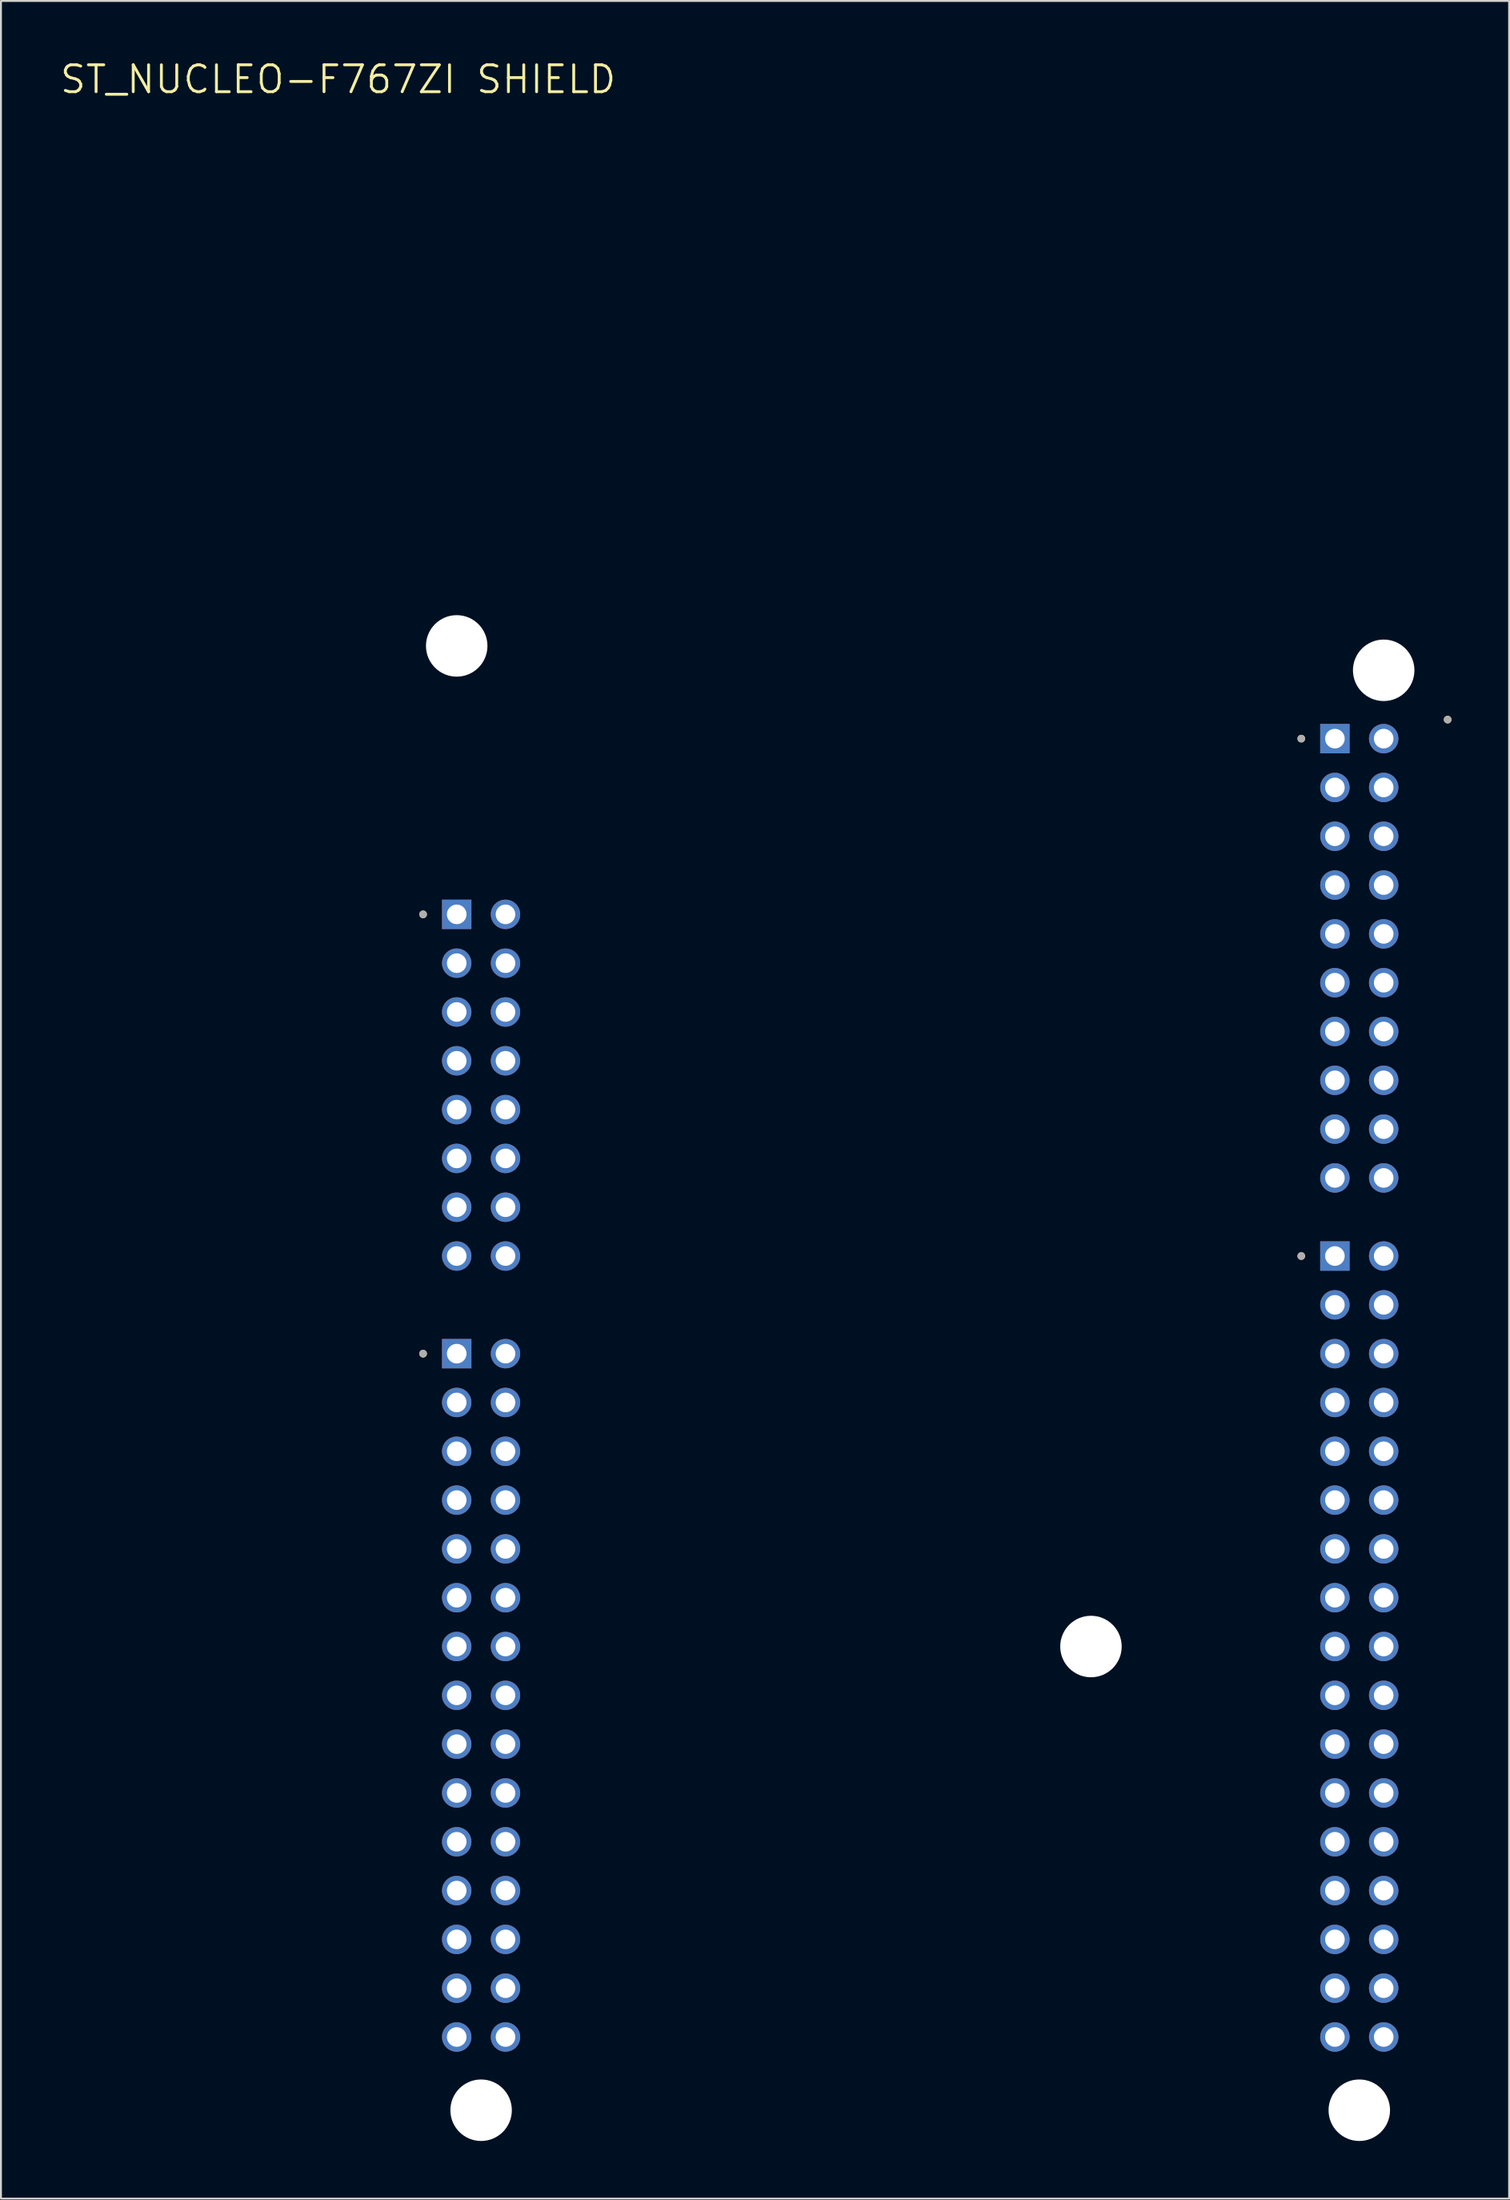
<source format=kicad_pcb>
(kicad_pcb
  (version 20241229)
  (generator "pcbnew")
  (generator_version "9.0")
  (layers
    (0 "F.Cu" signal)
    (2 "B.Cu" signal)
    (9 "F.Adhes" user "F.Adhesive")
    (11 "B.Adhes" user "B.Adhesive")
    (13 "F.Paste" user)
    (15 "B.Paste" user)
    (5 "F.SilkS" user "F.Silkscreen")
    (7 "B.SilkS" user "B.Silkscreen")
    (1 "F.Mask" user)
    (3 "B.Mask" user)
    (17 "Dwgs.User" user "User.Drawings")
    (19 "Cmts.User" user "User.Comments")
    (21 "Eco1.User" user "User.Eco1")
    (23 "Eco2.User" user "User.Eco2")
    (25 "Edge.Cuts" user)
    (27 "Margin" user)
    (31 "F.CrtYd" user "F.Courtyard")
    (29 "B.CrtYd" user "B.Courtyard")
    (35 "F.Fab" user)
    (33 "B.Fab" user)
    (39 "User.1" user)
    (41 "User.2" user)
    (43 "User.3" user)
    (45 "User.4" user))
  (footprint "ST_NUCLEO-F767ZI SHIELD"
    (layer "F.Cu")
    (at 44.857 69.301)
    (property "Reference" "ST_NUCLEO-F767ZI SHIELD" (at -30.305 -68.219 0) (layer "F.SilkS") (effects (font (size 1.4 1.4) (thickness 0.15))))
    (attr through_hole)
    (fp_circle (center -25.88 -24.77) (end -25.78 -24.77) (stroke (width 0.2) (type solid)) (fill no) (layer "F.SilkS"))
    (fp_circle (center -25.88 -1.91) (end -25.78 -1.91) (stroke (width 0.2) (type solid)) (fill no) (layer "F.SilkS"))
    (fp_circle (center 19.84 -33.914) (end 19.94 -33.914) (stroke (width 0.2) (type solid)) (fill no) (layer "F.SilkS"))
    (fp_circle (center 19.84 -6.99) (end 19.94 -6.99) (stroke (width 0.2) (type solid)) (fill no) (layer "F.SilkS"))
    (fp_circle (center 27.46 -34.905) (end 27.56 -34.905) (stroke (width 0.2) (type solid)) (fill no) (layer "F.SilkS"))
    (fp_circle (center -25.88 -24.77) (end -25.78 -24.77) (stroke (width 0.2) (type solid)) (fill no) (layer "F.Fab"))
    (fp_circle (center -25.88 -1.91) (end -25.78 -1.91) (stroke (width 0.2) (type solid)) (fill no) (layer "F.Fab"))
    (fp_circle (center 19.84 -33.914) (end 19.94 -33.914) (stroke (width 0.2) (type solid)) (fill no) (layer "F.Fab"))
    (fp_circle (center 19.84 -6.99) (end 19.94 -6.99) (stroke (width 0.2) (type solid)) (fill no) (layer "F.Fab"))
    (fp_circle (center 27.46 -34.905) (end 27.56 -34.905) (stroke (width 0.2) (type solid)) (fill no) (layer "F.Fab"))
    (pad "" np_thru_hole circle (at -24.13 -38.74) (size 3.2 3.2) (drill 3.2) (layers "*.Cu" "*.Mask"))
    (pad "" np_thru_hole circle (at -22.86 37.46) (size 3.2 3.2) (drill 3.2) (layers "*.Cu" "*.Mask"))
    (pad "" np_thru_hole circle (at 8.89 13.33) (size 3.2 3.2) (drill 3.2) (layers "*.Cu" "*.Mask"))
    (pad "" np_thru_hole circle (at 22.86 37.46) (size 3.2 3.2) (drill 3.2) (layers "*.Cu" "*.Mask"))
    (pad "" np_thru_hole circle (at 24.13 -37.47) (size 3.2 3.2) (drill 3.2) (layers "*.Cu" "*.Mask"))
    (pad "CN7_1" thru_hole rect (at 21.59 -33.914) (size 1.53 1.53) (drill 1.02) (layers "*.Cu" "*.Mask"))
    (pad "CN7_2" thru_hole circle (at 24.13 -33.914) (size 1.53 1.53) (drill 1.02) (layers "*.Cu" "*.Mask"))
    (pad "CN7_3" thru_hole circle (at 21.59 -31.374) (size 1.53 1.53) (drill 1.02) (layers "*.Cu" "*.Mask"))
    (pad "CN7_4" thru_hole circle (at 24.13 -31.374) (size 1.53 1.53) (drill 1.02) (layers "*.Cu" "*.Mask"))
    (pad "CN7_5" thru_hole circle (at 21.59 -28.834) (size 1.53 1.53) (drill 1.02) (layers "*.Cu" "*.Mask"))
    (pad "CN7_6" thru_hole circle (at 24.13 -28.834) (size 1.53 1.53) (drill 1.02) (layers "*.Cu" "*.Mask"))
    (pad "CN7_7" thru_hole circle (at 21.59 -26.294) (size 1.53 1.53) (drill 1.02) (layers "*.Cu" "*.Mask"))
    (pad "CN7_8" thru_hole circle (at 24.13 -26.294) (size 1.53 1.53) (drill 1.02) (layers "*.Cu" "*.Mask"))
    (pad "CN7_9" thru_hole circle (at 21.59 -23.754) (size 1.53 1.53) (drill 1.02) (layers "*.Cu" "*.Mask"))
    (pad "CN7_10" thru_hole circle (at 24.13 -23.754) (size 1.53 1.53) (drill 1.02) (layers "*.Cu" "*.Mask"))
    (pad "CN7_11" thru_hole circle (at 21.59 -21.214) (size 1.53 1.53) (drill 1.02) (layers "*.Cu" "*.Mask"))
    (pad "CN7_12" thru_hole circle (at 24.13 -21.214) (size 1.53 1.53) (drill 1.02) (layers "*.Cu" "*.Mask"))
    (pad "CN7_13" thru_hole circle (at 21.59 -18.674) (size 1.53 1.53) (drill 1.02) (layers "*.Cu" "*.Mask"))
    (pad "CN7_14" thru_hole circle (at 24.13 -18.674) (size 1.53 1.53) (drill 1.02) (layers "*.Cu" "*.Mask"))
    (pad "CN7_15" thru_hole circle (at 21.59 -16.134) (size 1.53 1.53) (drill 1.02) (layers "*.Cu" "*.Mask"))
    (pad "CN7_16" thru_hole circle (at 24.13 -16.134) (size 1.53 1.53) (drill 1.02) (layers "*.Cu" "*.Mask"))
    (pad "CN7_17" thru_hole circle (at 21.59 -13.594) (size 1.53 1.53) (drill 1.02) (layers "*.Cu" "*.Mask"))
    (pad "CN7_18" thru_hole circle (at 24.13 -13.594) (size 1.53 1.53) (drill 1.02) (layers "*.Cu" "*.Mask"))
    (pad "CN7_19" thru_hole circle (at 21.59 -11.054) (size 1.53 1.53) (drill 1.02) (layers "*.Cu" "*.Mask"))
    (pad "CN7_20" thru_hole circle (at 24.13 -11.054) (size 1.53 1.53) (drill 1.02) (layers "*.Cu" "*.Mask"))
    (pad "CN8_1" thru_hole rect (at -24.13 -24.77) (size 1.53 1.53) (drill 1.02) (layers "*.Cu" "*.Mask"))
    (pad "CN8_2" thru_hole circle (at -21.59 -24.77) (size 1.53 1.53) (drill 1.02) (layers "*.Cu" "*.Mask"))
    (pad "CN8_3" thru_hole circle (at -24.13 -22.23) (size 1.53 1.53) (drill 1.02) (layers "*.Cu" "*.Mask"))
    (pad "CN8_4" thru_hole circle (at -21.59 -22.23) (size 1.53 1.53) (drill 1.02) (layers "*.Cu" "*.Mask"))
    (pad "CN8_5" thru_hole circle (at -24.13 -19.69) (size 1.53 1.53) (drill 1.02) (layers "*.Cu" "*.Mask"))
    (pad "CN8_6" thru_hole circle (at -21.59 -19.69) (size 1.53 1.53) (drill 1.02) (layers "*.Cu" "*.Mask"))
    (pad "CN8_7" thru_hole circle (at -24.13 -17.15) (size 1.53 1.53) (drill 1.02) (layers "*.Cu" "*.Mask"))
    (pad "CN8_8" thru_hole circle (at -21.59 -17.15) (size 1.53 1.53) (drill 1.02) (layers "*.Cu" "*.Mask"))
    (pad "CN8_9" thru_hole circle (at -24.13 -14.61) (size 1.53 1.53) (drill 1.02) (layers "*.Cu" "*.Mask"))
    (pad "CN8_10" thru_hole circle (at -21.59 -14.61) (size 1.53 1.53) (drill 1.02) (layers "*.Cu" "*.Mask"))
    (pad "CN8_11" thru_hole circle (at -24.13 -12.07) (size 1.53 1.53) (drill 1.02) (layers "*.Cu" "*.Mask"))
    (pad "CN8_12" thru_hole circle (at -21.59 -12.07) (size 1.53 1.53) (drill 1.02) (layers "*.Cu" "*.Mask"))
    (pad "CN8_13" thru_hole circle (at -24.13 -9.53) (size 1.53 1.53) (drill 1.02) (layers "*.Cu" "*.Mask"))
    (pad "CN8_14" thru_hole circle (at -21.59 -9.53) (size 1.53 1.53) (drill 1.02) (layers "*.Cu" "*.Mask"))
    (pad "CN8_15" thru_hole circle (at -24.13 -6.99) (size 1.53 1.53) (drill 1.02) (layers "*.Cu" "*.Mask"))
    (pad "CN8_16" thru_hole circle (at -21.59 -6.99) (size 1.53 1.53) (drill 1.02) (layers "*.Cu" "*.Mask"))
    (pad "CN9_1" thru_hole rect (at -24.13 -1.91) (size 1.53 1.53) (drill 1.02) (layers "*.Cu" "*.Mask"))
    (pad "CN9_2" thru_hole circle (at -21.59 -1.91) (size 1.53 1.53) (drill 1.02) (layers "*.Cu" "*.Mask"))
    (pad "CN9_3" thru_hole circle (at -24.13 0.63) (size 1.53 1.53) (drill 1.02) (layers "*.Cu" "*.Mask"))
    (pad "CN9_4" thru_hole circle (at -21.59 0.63) (size 1.53 1.53) (drill 1.02) (layers "*.Cu" "*.Mask"))
    (pad "CN9_5" thru_hole circle (at -24.13 3.17) (size 1.53 1.53) (drill 1.02) (layers "*.Cu" "*.Mask"))
    (pad "CN9_6" thru_hole circle (at -21.59 3.17) (size 1.53 1.53) (drill 1.02) (layers "*.Cu" "*.Mask"))
    (pad "CN9_7" thru_hole circle (at -24.13 5.71) (size 1.53 1.53) (drill 1.02) (layers "*.Cu" "*.Mask"))
    (pad "CN9_8" thru_hole circle (at -21.59 5.71) (size 1.53 1.53) (drill 1.02) (layers "*.Cu" "*.Mask"))
    (pad "CN9_9" thru_hole circle (at -24.13 8.25) (size 1.53 1.53) (drill 1.02) (layers "*.Cu" "*.Mask"))
    (pad "CN9_10" thru_hole circle (at -21.59 8.25) (size 1.53 1.53) (drill 1.02) (layers "*.Cu" "*.Mask"))
    (pad "CN9_11" thru_hole circle (at -24.13 10.79) (size 1.53 1.53) (drill 1.02) (layers "*.Cu" "*.Mask"))
    (pad "CN9_12" thru_hole circle (at -21.59 10.79) (size 1.53 1.53) (drill 1.02) (layers "*.Cu" "*.Mask"))
    (pad "CN9_13" thru_hole circle (at -24.13 13.33) (size 1.53 1.53) (drill 1.02) (layers "*.Cu" "*.Mask"))
    (pad "CN9_14" thru_hole circle (at -21.59 13.33) (size 1.53 1.53) (drill 1.02) (layers "*.Cu" "*.Mask"))
    (pad "CN9_15" thru_hole circle (at -24.13 15.87) (size 1.53 1.53) (drill 1.02) (layers "*.Cu" "*.Mask"))
    (pad "CN9_16" thru_hole circle (at -21.59 15.87) (size 1.53 1.53) (drill 1.02) (layers "*.Cu" "*.Mask"))
    (pad "CN9_17" thru_hole circle (at -24.13 18.41) (size 1.53 1.53) (drill 1.02) (layers "*.Cu" "*.Mask"))
    (pad "CN9_18" thru_hole circle (at -21.59 18.41) (size 1.53 1.53) (drill 1.02) (layers "*.Cu" "*.Mask"))
    (pad "CN9_19" thru_hole circle (at -24.13 20.95) (size 1.53 1.53) (drill 1.02) (layers "*.Cu" "*.Mask"))
    (pad "CN9_20" thru_hole circle (at -21.59 20.95) (size 1.53 1.53) (drill 1.02) (layers "*.Cu" "*.Mask"))
    (pad "CN9_21" thru_hole circle (at -24.13 23.49) (size 1.53 1.53) (drill 1.02) (layers "*.Cu" "*.Mask"))
    (pad "CN9_22" thru_hole circle (at -21.59 23.49) (size 1.53 1.53) (drill 1.02) (layers "*.Cu" "*.Mask"))
    (pad "CN9_23" thru_hole circle (at -24.13 26.03) (size 1.53 1.53) (drill 1.02) (layers "*.Cu" "*.Mask"))
    (pad "CN9_24" thru_hole circle (at -21.59 26.03) (size 1.53 1.53) (drill 1.02) (layers "*.Cu" "*.Mask"))
    (pad "CN9_25" thru_hole circle (at -24.13 28.57) (size 1.53 1.53) (drill 1.02) (layers "*.Cu" "*.Mask"))
    (pad "CN9_26" thru_hole circle (at -21.59 28.57) (size 1.53 1.53) (drill 1.02) (layers "*.Cu" "*.Mask"))
    (pad "CN9_27" thru_hole circle (at -24.13 31.11) (size 1.53 1.53) (drill 1.02) (layers "*.Cu" "*.Mask"))
    (pad "CN9_28" thru_hole circle (at -21.59 31.11) (size 1.53 1.53) (drill 1.02) (layers "*.Cu" "*.Mask"))
    (pad "CN9_29" thru_hole circle (at -24.13 33.65) (size 1.53 1.53) (drill 1.02) (layers "*.Cu" "*.Mask"))
    (pad "CN9_30" thru_hole circle (at -21.59 33.65) (size 1.53 1.53) (drill 1.02) (layers "*.Cu" "*.Mask"))
    (pad "CN10_1" thru_hole rect (at 21.59 -6.99) (size 1.53 1.53) (drill 1.02) (layers "*.Cu" "*.Mask"))
    (pad "CN10_2" thru_hole circle (at 24.13 -6.99) (size 1.53 1.53) (drill 1.02) (layers "*.Cu" "*.Mask"))
    (pad "CN10_3" thru_hole circle (at 21.59 -4.45) (size 1.53 1.53) (drill 1.02) (layers "*.Cu" "*.Mask"))
    (pad "CN10_4" thru_hole circle (at 24.13 -4.45) (size 1.53 1.53) (drill 1.02) (layers "*.Cu" "*.Mask"))
    (pad "CN10_5" thru_hole circle (at 21.59 -1.91) (size 1.53 1.53) (drill 1.02) (layers "*.Cu" "*.Mask"))
    (pad "CN10_6" thru_hole circle (at 24.13 -1.91) (size 1.53 1.53) (drill 1.02) (layers "*.Cu" "*.Mask"))
    (pad "CN10_7" thru_hole circle (at 21.59 0.63) (size 1.53 1.53) (drill 1.02) (layers "*.Cu" "*.Mask"))
    (pad "CN10_8" thru_hole circle (at 24.13 0.63) (size 1.53 1.53) (drill 1.02) (layers "*.Cu" "*.Mask"))
    (pad "CN10_9" thru_hole circle (at 21.59 3.17) (size 1.53 1.53) (drill 1.02) (layers "*.Cu" "*.Mask"))
    (pad "CN10_10" thru_hole circle (at 24.13 3.17) (size 1.53 1.53) (drill 1.02) (layers "*.Cu" "*.Mask"))
    (pad "CN10_11" thru_hole circle (at 21.59 5.71) (size 1.53 1.53) (drill 1.02) (layers "*.Cu" "*.Mask"))
    (pad "CN10_12" thru_hole circle (at 24.13 5.71) (size 1.53 1.53) (drill 1.02) (layers "*.Cu" "*.Mask"))
    (pad "CN10_13" thru_hole circle (at 21.59 8.25) (size 1.53 1.53) (drill 1.02) (layers "*.Cu" "*.Mask"))
    (pad "CN10_14" thru_hole circle (at 24.13 8.25) (size 1.53 1.53) (drill 1.02) (layers "*.Cu" "*.Mask"))
    (pad "CN10_15" thru_hole circle (at 21.59 10.79) (size 1.53 1.53) (drill 1.02) (layers "*.Cu" "*.Mask"))
    (pad "CN10_16" thru_hole circle (at 24.13 10.79) (size 1.53 1.53) (drill 1.02) (layers "*.Cu" "*.Mask"))
    (pad "CN10_17" thru_hole circle (at 21.59 13.33) (size 1.53 1.53) (drill 1.02) (layers "*.Cu" "*.Mask"))
    (pad "CN10_18" thru_hole circle (at 24.13 13.33) (size 1.53 1.53) (drill 1.02) (layers "*.Cu" "*.Mask"))
    (pad "CN10_19" thru_hole circle (at 21.59 15.87) (size 1.53 1.53) (drill 1.02) (layers "*.Cu" "*.Mask"))
    (pad "CN10_20" thru_hole circle (at 24.13 15.87) (size 1.53 1.53) (drill 1.02) (layers "*.Cu" "*.Mask"))
    (pad "CN10_21" thru_hole circle (at 21.59 18.41) (size 1.53 1.53) (drill 1.02) (layers "*.Cu" "*.Mask"))
    (pad "CN10_22" thru_hole circle (at 24.13 18.41) (size 1.53 1.53) (drill 1.02) (layers "*.Cu" "*.Mask"))
    (pad "CN10_23" thru_hole circle (at 21.59 20.95) (size 1.53 1.53) (drill 1.02) (layers "*.Cu" "*.Mask"))
    (pad "CN10_24" thru_hole circle (at 24.13 20.95) (size 1.53 1.53) (drill 1.02) (layers "*.Cu" "*.Mask"))
    (pad "CN10_25" thru_hole circle (at 21.59 23.49) (size 1.53 1.53) (drill 1.02) (layers "*.Cu" "*.Mask"))
    (pad "CN10_26" thru_hole circle (at 24.13 23.49) (size 1.53 1.53) (drill 1.02) (layers "*.Cu" "*.Mask"))
    (pad "CN10_27" thru_hole circle (at 21.59 26.03) (size 1.53 1.53) (drill 1.02) (layers "*.Cu" "*.Mask"))
    (pad "CN10_28" thru_hole circle (at 24.13 26.03) (size 1.53 1.53) (drill 1.02) (layers "*.Cu" "*.Mask"))
    (pad "CN10_29" thru_hole circle (at 21.59 28.57) (size 1.53 1.53) (drill 1.02) (layers "*.Cu" "*.Mask"))
    (pad "CN10_30" thru_hole circle (at 24.13 28.57) (size 1.53 1.53) (drill 1.02) (layers "*.Cu" "*.Mask"))
    (pad "CN10_31" thru_hole circle (at 21.59 31.11) (size 1.53 1.53) (drill 1.02) (layers "*.Cu" "*.Mask"))
    (pad "CN10_32" thru_hole circle (at 24.13 31.11) (size 1.53 1.53) (drill 1.02) (layers "*.Cu" "*.Mask"))
    (pad "CN10_33" thru_hole circle (at 21.59 33.65) (size 1.53 1.53) (drill 1.02) (layers "*.Cu" "*.Mask"))
    (pad "CN10_34" thru_hole circle (at 24.13 33.65) (size 1.53 1.53) (drill 1.02) (layers "*.Cu" "*.Mask")))
  (gr_rect
    (start -3 -3)
    (end 75.517 111.361)
    (stroke (width 0.1) (type default))
    (fill no)
    (layer "Edge.Cuts")))
</source>
